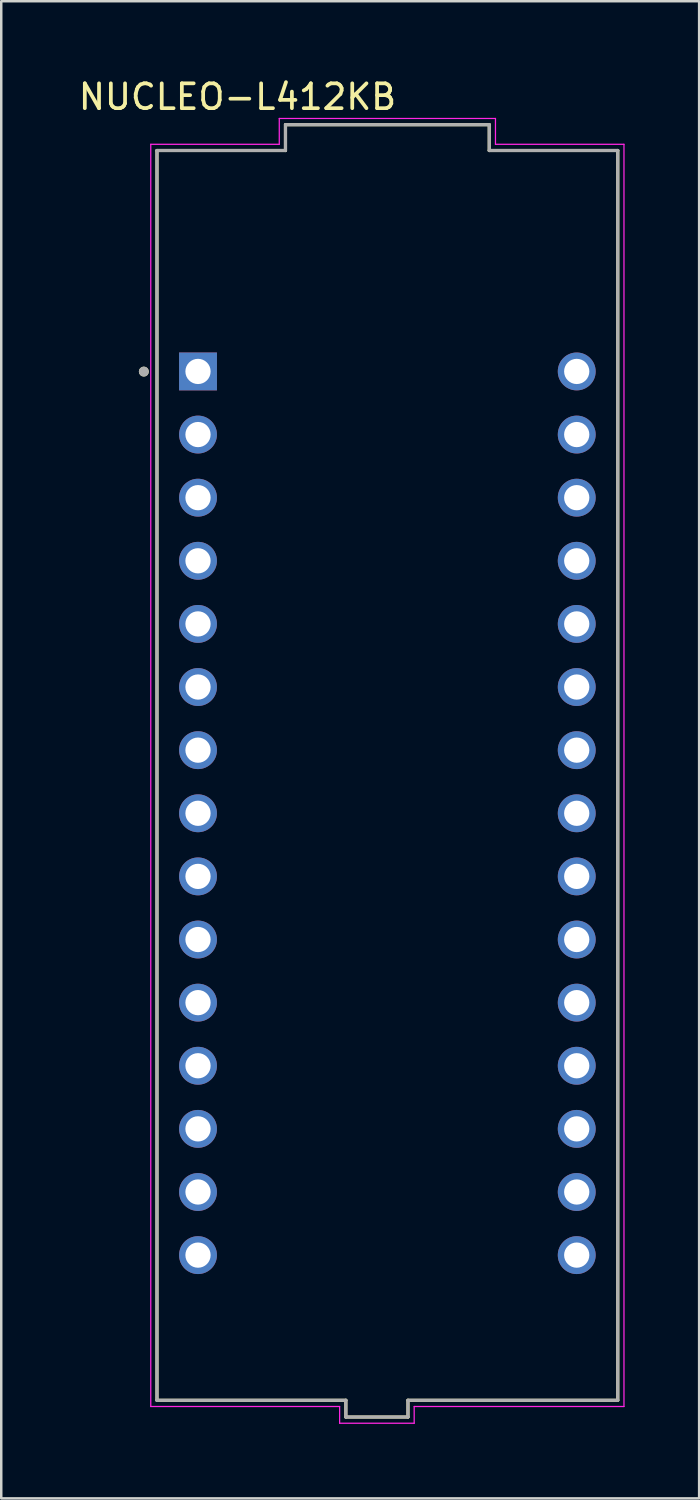
<source format=kicad_pcb>
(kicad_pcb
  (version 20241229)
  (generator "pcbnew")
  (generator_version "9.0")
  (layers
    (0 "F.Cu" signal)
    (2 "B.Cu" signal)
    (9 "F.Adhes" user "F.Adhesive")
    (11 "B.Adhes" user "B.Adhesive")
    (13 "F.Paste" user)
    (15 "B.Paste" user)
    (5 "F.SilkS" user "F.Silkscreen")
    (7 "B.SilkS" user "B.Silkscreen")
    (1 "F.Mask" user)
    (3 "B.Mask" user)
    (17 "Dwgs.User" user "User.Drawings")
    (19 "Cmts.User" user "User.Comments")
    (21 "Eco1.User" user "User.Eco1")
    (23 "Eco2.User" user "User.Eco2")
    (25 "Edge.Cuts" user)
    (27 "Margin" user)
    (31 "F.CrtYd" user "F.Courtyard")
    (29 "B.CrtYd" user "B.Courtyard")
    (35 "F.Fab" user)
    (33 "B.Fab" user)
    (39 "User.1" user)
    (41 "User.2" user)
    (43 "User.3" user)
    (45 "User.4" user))
  (footprint "NUCLEO-L412KB"
    (layer "F.Cu")
    (at 12.538 28.153)
    (property "Reference" "NUCLEO-L412KB" (at -6.032 -27.305 0) (layer "F.SilkS") (effects (font (size 1 1) (thickness 0.15))))
    (attr through_hole)
    (fp_line (start -9.271 -25.146) (end -4.1 -25.146) (stroke (width 0.127) (type solid)) (layer "F.SilkS"))
    (fp_line (start -9.271 25.146) (end -9.271 -25.146) (stroke (width 0.127) (type solid)) (layer "F.SilkS"))
    (fp_line (start -4.1 -26.186) (end 4.1 -26.186) (stroke (width 0.127) (type solid)) (layer "F.SilkS"))
    (fp_line (start -4.1 -25.146) (end -4.1 -26.186) (stroke (width 0.127) (type solid)) (layer "F.SilkS"))
    (fp_line (start -1.671 25.146) (end -9.271 25.146) (stroke (width 0.127) (type solid)) (layer "F.SilkS"))
    (fp_line (start -1.671 25.146) (end -1.671 25.819) (stroke (width 0.127) (type solid)) (layer "F.SilkS"))
    (fp_line (start -1.671 25.819) (end 0.829 25.819) (stroke (width 0.127) (type solid)) (layer "F.SilkS"))
    (fp_line (start 0.829 25.819) (end 0.829 25.146) (stroke (width 0.127) (type solid)) (layer "F.SilkS"))
    (fp_line (start 4.1 -26.186) (end 4.1 -25.146) (stroke (width 0.127) (type solid)) (layer "F.SilkS"))
    (fp_line (start 4.1 -25.146) (end 9.271 -25.146) (stroke (width 0.127) (type solid)) (layer "F.SilkS"))
    (fp_line (start 9.271 -25.146) (end 9.271 25.146) (stroke (width 0.127) (type solid)) (layer "F.SilkS"))
    (fp_line (start 9.271 25.146) (end 0.829 25.146) (stroke (width 0.127) (type solid)) (layer "F.SilkS"))
    (fp_circle (center -9.8 -16.25) (end -9.7 -16.25) (stroke (width 0.2) (type solid)) (fill no) (layer "F.SilkS"))
    (fp_line (start -9.521 -25.396) (end -4.35 -25.396) (stroke (width 0.05) (type solid)) (layer "F.CrtYd"))
    (fp_line (start -9.521 25.396) (end -9.521 -25.396) (stroke (width 0.05) (type solid)) (layer "F.CrtYd"))
    (fp_line (start -4.35 -26.436) (end 4.35 -26.436) (stroke (width 0.05) (type solid)) (layer "F.CrtYd"))
    (fp_line (start -4.35 -25.396) (end -4.35 -26.436) (stroke (width 0.05) (type solid)) (layer "F.CrtYd"))
    (fp_line (start -1.921 25.396) (end -9.521 25.396) (stroke (width 0.05) (type solid)) (layer "F.CrtYd"))
    (fp_line (start -1.921 25.396) (end -1.921 26.069) (stroke (width 0.05) (type solid)) (layer "F.CrtYd"))
    (fp_line (start -1.921 26.069) (end 1.079 26.069) (stroke (width 0.05) (type solid)) (layer "F.CrtYd"))
    (fp_line (start 1.079 26.069) (end 1.079 25.396) (stroke (width 0.05) (type solid)) (layer "F.CrtYd"))
    (fp_line (start 4.35 -26.436) (end 4.35 -25.396) (stroke (width 0.05) (type solid)) (layer "F.CrtYd"))
    (fp_line (start 4.35 -25.396) (end 9.521 -25.396) (stroke (width 0.05) (type solid)) (layer "F.CrtYd"))
    (fp_line (start 9.521 -25.396) (end 9.521 25.396) (stroke (width 0.05) (type solid)) (layer "F.CrtYd"))
    (fp_line (start 9.521 25.396) (end 1.079 25.396) (stroke (width 0.05) (type solid)) (layer "F.CrtYd"))
    (fp_line (start -9.271 -25.146) (end -4.1 -25.146) (stroke (width 0.127) (type solid)) (layer "F.Fab"))
    (fp_line (start -9.271 25.146) (end -9.271 -25.146) (stroke (width 0.127) (type solid)) (layer "F.Fab"))
    (fp_line (start -4.1 -26.186) (end 4.1 -26.186) (stroke (width 0.127) (type solid)) (layer "F.Fab"))
    (fp_line (start -4.1 -25.146) (end -4.1 -26.186) (stroke (width 0.127) (type solid)) (layer "F.Fab"))
    (fp_line (start -1.671 25.146) (end -9.271 25.146) (stroke (width 0.127) (type solid)) (layer "F.Fab"))
    (fp_line (start -1.671 25.146) (end -1.671 25.819) (stroke (width 0.127) (type solid)) (layer "F.Fab"))
    (fp_line (start -1.671 25.819) (end 0.829 25.819) (stroke (width 0.127) (type solid)) (layer "F.Fab"))
    (fp_line (start 0.829 25.819) (end 0.829 25.146) (stroke (width 0.127) (type solid)) (layer "F.Fab"))
    (fp_line (start 4.1 -26.186) (end 4.1 -25.146) (stroke (width 0.127) (type solid)) (layer "F.Fab"))
    (fp_line (start 4.1 -25.146) (end 9.271 -25.146) (stroke (width 0.127) (type solid)) (layer "F.Fab"))
    (fp_line (start 9.271 -25.146) (end 9.271 25.146) (stroke (width 0.127) (type solid)) (layer "F.Fab"))
    (fp_line (start 9.271 25.146) (end 0.829 25.146) (stroke (width 0.127) (type solid)) (layer "F.Fab"))
    (fp_circle (center -9.8 -16.25) (end -9.7 -16.25) (stroke (width 0.2) (type solid)) (fill no) (layer "F.Fab"))
    (pad "CN3_1" thru_hole rect (at -7.62 -16.256) (size 1.524 1.524) (drill 1.016) (layers "*.Cu" "*.Mask"))
    (pad "CN3_2" thru_hole circle (at -7.62 -13.716) (size 1.524 1.524) (drill 1.016) (layers "*.Cu" "*.Mask"))
    (pad "CN3_3" thru_hole circle (at -7.62 -11.176) (size 1.524 1.524) (drill 1.016) (layers "*.Cu" "*.Mask"))
    (pad "CN3_4" thru_hole circle (at -7.62 -8.636) (size 1.524 1.524) (drill 1.016) (layers "*.Cu" "*.Mask"))
    (pad "CN3_5" thru_hole circle (at -7.62 -6.096) (size 1.524 1.524) (drill 1.016) (layers "*.Cu" "*.Mask"))
    (pad "CN3_6" thru_hole circle (at -7.62 -3.556) (size 1.524 1.524) (drill 1.016) (layers "*.Cu" "*.Mask"))
    (pad "CN3_7" thru_hole circle (at -7.62 -1.016) (size 1.524 1.524) (drill 1.016) (layers "*.Cu" "*.Mask"))
    (pad "CN3_8" thru_hole circle (at -7.62 1.524) (size 1.524 1.524) (drill 1.016) (layers "*.Cu" "*.Mask"))
    (pad "CN3_9" thru_hole circle (at -7.62 4.064) (size 1.524 1.524) (drill 1.016) (layers "*.Cu" "*.Mask"))
    (pad "CN3_10" thru_hole circle (at -7.62 6.604) (size 1.524 1.524) (drill 1.016) (layers "*.Cu" "*.Mask"))
    (pad "CN3_11" thru_hole circle (at -7.62 9.144) (size 1.524 1.524) (drill 1.016) (layers "*.Cu" "*.Mask"))
    (pad "CN3_12" thru_hole circle (at -7.62 11.684) (size 1.524 1.524) (drill 1.016) (layers "*.Cu" "*.Mask"))
    (pad "CN3_13" thru_hole circle (at -7.62 14.224) (size 1.524 1.524) (drill 1.016) (layers "*.Cu" "*.Mask"))
    (pad "CN3_14" thru_hole circle (at -7.62 16.764) (size 1.524 1.524) (drill 1.016) (layers "*.Cu" "*.Mask"))
    (pad "CN3_15" thru_hole circle (at -7.62 19.304) (size 1.524 1.524) (drill 1.016) (layers "*.Cu" "*.Mask"))
    (pad "CN4_1" thru_hole circle (at 7.62 -16.256) (size 1.524 1.524) (drill 1.016) (layers "*.Cu" "*.Mask"))
    (pad "CN4_2" thru_hole circle (at 7.62 -13.716) (size 1.524 1.524) (drill 1.016) (layers "*.Cu" "*.Mask"))
    (pad "CN4_3" thru_hole circle (at 7.62 -11.176) (size 1.524 1.524) (drill 1.016) (layers "*.Cu" "*.Mask"))
    (pad "CN4_4" thru_hole circle (at 7.62 -8.636) (size 1.524 1.524) (drill 1.016) (layers "*.Cu" "*.Mask"))
    (pad "CN4_5" thru_hole circle (at 7.62 -6.096) (size 1.524 1.524) (drill 1.016) (layers "*.Cu" "*.Mask"))
    (pad "CN4_6" thru_hole circle (at 7.62 -3.556) (size 1.524 1.524) (drill 1.016) (layers "*.Cu" "*.Mask"))
    (pad "CN4_7" thru_hole circle (at 7.62 -1.016) (size 1.524 1.524) (drill 1.016) (layers "*.Cu" "*.Mask"))
    (pad "CN4_8" thru_hole circle (at 7.62 1.524) (size 1.524 1.524) (drill 1.016) (layers "*.Cu" "*.Mask"))
    (pad "CN4_9" thru_hole circle (at 7.62 4.064) (size 1.524 1.524) (drill 1.016) (layers "*.Cu" "*.Mask"))
    (pad "CN4_10" thru_hole circle (at 7.62 6.604) (size 1.524 1.524) (drill 1.016) (layers "*.Cu" "*.Mask"))
    (pad "CN4_11" thru_hole circle (at 7.62 9.144) (size 1.524 1.524) (drill 1.016) (layers "*.Cu" "*.Mask"))
    (pad "CN4_12" thru_hole circle (at 7.62 11.684) (size 1.524 1.524) (drill 1.016) (layers "*.Cu" "*.Mask"))
    (pad "CN4_13" thru_hole circle (at 7.62 14.224) (size 1.524 1.524) (drill 1.016) (layers "*.Cu" "*.Mask"))
    (pad "CN4_14" thru_hole circle (at 7.62 16.764) (size 1.524 1.524) (drill 1.016) (layers "*.Cu" "*.Mask"))
    (pad "CN4_15" thru_hole circle (at 7.62 19.304) (size 1.524 1.524) (drill 1.016) (layers "*.Cu" "*.Mask")))
  (gr_rect
    (start -3 -3)
    (end 25.084 57.247)
    (stroke (width 0.1) (type default))
    (fill no)
    (layer "Edge.Cuts")))
</source>
